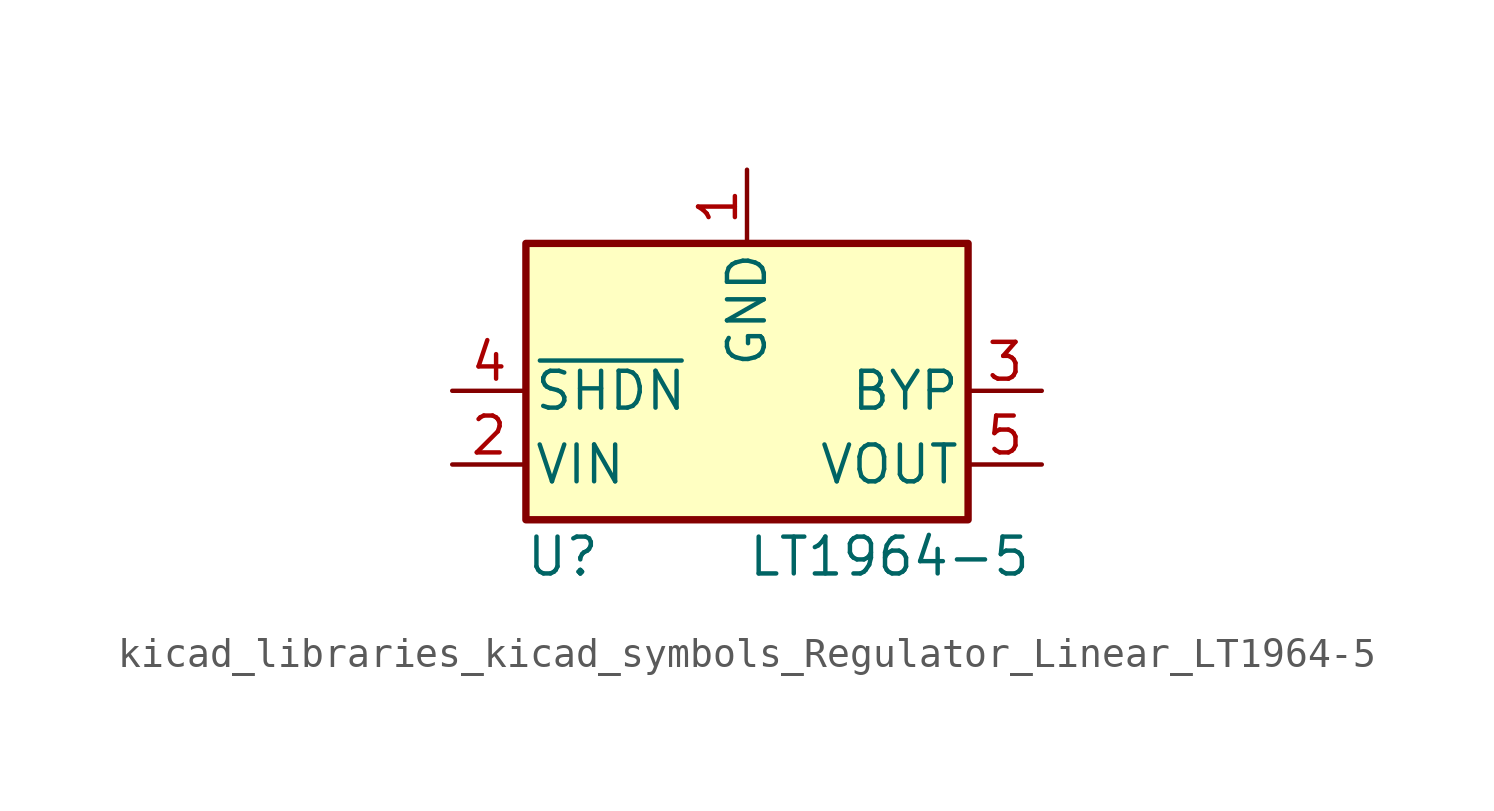
<source format=kicad_sym>
(kicad_symbol_lib
  (version 20220914)
  (generator kicad_symbol_editor)
  (symbol "kicad_libraries_kicad_symbols_Regulator_Linear_LT1964-5"
    (pin_names
      (offset 0.254))
    (property "Reference" "U"
      (at -6.35 -5.715 0)
      (effects (font (size 1.27 1.27))))
    (property "Value" "LT1964-5"
      (at 0 -5.715 0)
      (effects (font (size 1.27 1.27)) (justify left)))
    (symbol "kicad_libraries_kicad_symbols_Regulator_Linear_LT1964-5_0_1"
      (rectangle (start -7.62 5.08) (end 7.62 -4.445) (stroke (width 0.254) (type default)) (fill (type background))))
    (symbol "kicad_libraries_kicad_symbols_Regulator_Linear_LT1964-5_1_1"
      (pin power_in line (at 0 7.62 270) (length 2.54) (name "GND" (effects (font (size 1.27 1.27)))) (number "1" (effects (font (size 1.27 1.27)))))
      (pin power_in line (at -10.16 -2.54 0) (length 2.54) (name "VIN" (effects (font (size 1.27 1.27)))) (number "2" (effects (font (size 1.27 1.27)))))
      (pin passive line (at 10.16 0 180) (length 2.54) (name "BYP" (effects (font (size 1.27 1.27)))) (number "3" (effects (font (size 1.27 1.27)))))
      (pin input line (at -10.16 0 0) (length 2.54) (name "~{SHDN}" (effects (font (size 1.27 1.27)))) (number "4" (effects (font (size 1.27 1.27)))))
      (pin power_out line (at 10.16 -2.54 180) (length 2.54) (name "VOUT" (effects (font (size 1.27 1.27)))) (number "5" (effects (font (size 1.27 1.27))))))))
</source>
